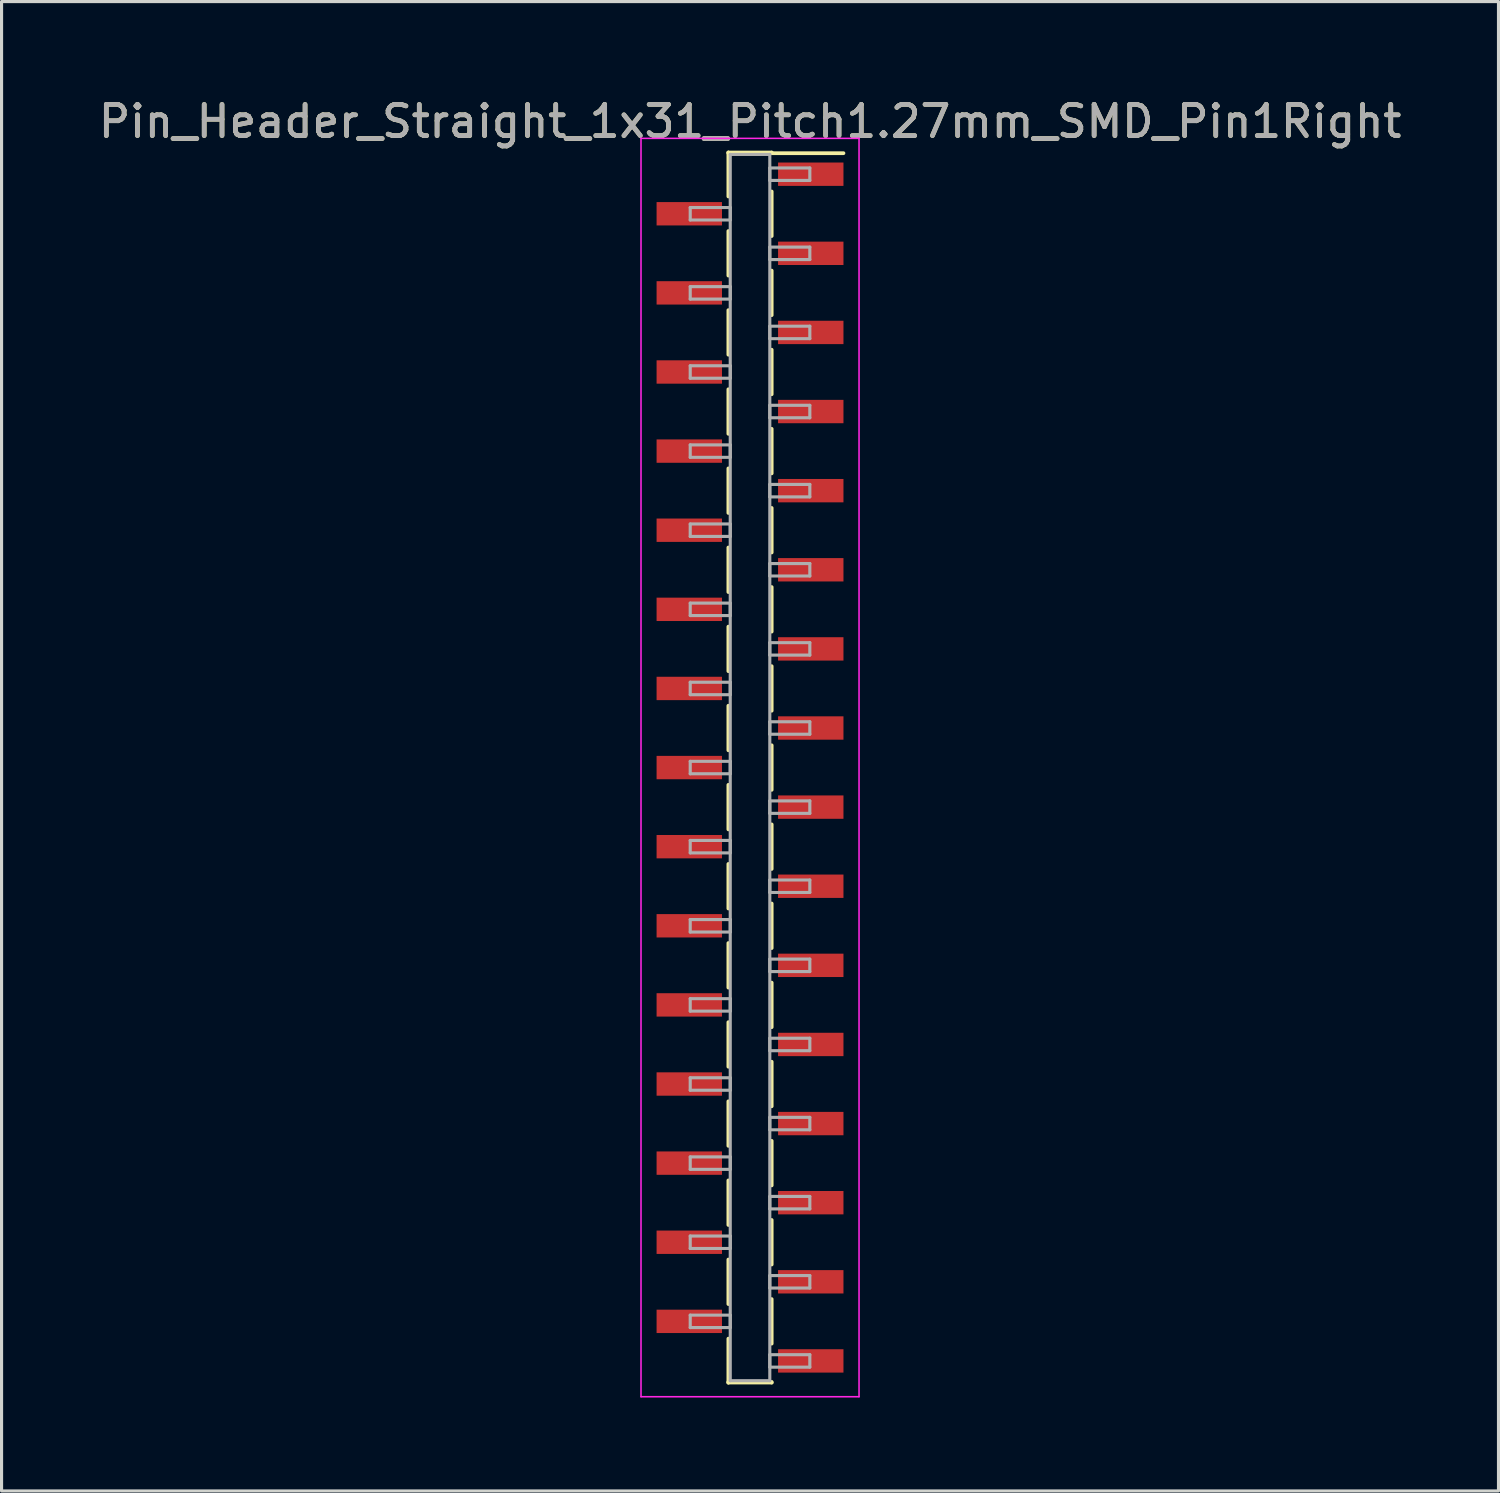
<source format=kicad_pcb>
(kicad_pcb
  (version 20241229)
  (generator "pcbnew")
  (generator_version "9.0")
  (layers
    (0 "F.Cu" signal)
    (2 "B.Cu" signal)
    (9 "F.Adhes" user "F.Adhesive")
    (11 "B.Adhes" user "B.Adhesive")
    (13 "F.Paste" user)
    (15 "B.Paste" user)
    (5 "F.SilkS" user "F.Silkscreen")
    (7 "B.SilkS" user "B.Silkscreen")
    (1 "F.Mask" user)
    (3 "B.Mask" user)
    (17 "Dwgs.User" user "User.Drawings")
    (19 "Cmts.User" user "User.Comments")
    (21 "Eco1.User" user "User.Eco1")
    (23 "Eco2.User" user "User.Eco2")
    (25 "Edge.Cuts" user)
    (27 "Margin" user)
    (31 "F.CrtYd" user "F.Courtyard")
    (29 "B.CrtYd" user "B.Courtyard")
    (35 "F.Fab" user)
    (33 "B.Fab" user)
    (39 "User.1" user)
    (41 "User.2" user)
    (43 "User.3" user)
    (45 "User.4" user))
  (footprint "Pin_Header_Straight_1x31_Pitch1.27mm_SMD_Pin1Right"
    (layer "F.Cu")
    (at 21.03 21.593)
    (property "Reference" "Pin_Header_Straight_1x31_Pitch1.27mm_SMD_Pin1Right" (at 0 -20.745 0) (layer "F.SilkS") (effects (font (size 1 1) (thickness 0.15))))
    (attr smd)
    (fp_line (start -0.695 -19.745) (end -0.695 -18.335) (stroke (width 0.12) (type solid)) (layer "F.SilkS"))
    (fp_line (start -0.695 -19.745) (end 0.695 -19.745) (stroke (width 0.12) (type solid)) (layer "F.SilkS"))
    (fp_line (start -0.695 -19.725) (end -0.695 -19.745) (stroke (width 0.12) (type solid)) (layer "F.SilkS"))
    (fp_line (start -0.695 -17.225) (end -0.695 -15.795) (stroke (width 0.12) (type solid)) (layer "F.SilkS"))
    (fp_line (start -0.695 -14.685) (end -0.695 -13.255) (stroke (width 0.12) (type solid)) (layer "F.SilkS"))
    (fp_line (start -0.695 -12.145) (end -0.695 -10.715) (stroke (width 0.12) (type solid)) (layer "F.SilkS"))
    (fp_line (start -0.695 -9.605) (end -0.695 -8.175) (stroke (width 0.12) (type solid)) (layer "F.SilkS"))
    (fp_line (start -0.695 -7.065) (end -0.695 -5.635) (stroke (width 0.12) (type solid)) (layer "F.SilkS"))
    (fp_line (start -0.695 -4.525) (end -0.695 -3.095) (stroke (width 0.12) (type solid)) (layer "F.SilkS"))
    (fp_line (start -0.695 -1.985) (end -0.695 -0.555) (stroke (width 0.12) (type solid)) (layer "F.SilkS"))
    (fp_line (start -0.695 0.555) (end -0.695 1.985) (stroke (width 0.12) (type solid)) (layer "F.SilkS"))
    (fp_line (start -0.695 3.095) (end -0.695 4.525) (stroke (width 0.12) (type solid)) (layer "F.SilkS"))
    (fp_line (start -0.695 5.635) (end -0.695 7.065) (stroke (width 0.12) (type solid)) (layer "F.SilkS"))
    (fp_line (start -0.695 8.175) (end -0.695 9.605) (stroke (width 0.12) (type solid)) (layer "F.SilkS"))
    (fp_line (start -0.695 10.715) (end -0.695 12.145) (stroke (width 0.12) (type solid)) (layer "F.SilkS"))
    (fp_line (start -0.695 13.255) (end -0.695 14.685) (stroke (width 0.12) (type solid)) (layer "F.SilkS"))
    (fp_line (start -0.695 15.795) (end -0.695 17.225) (stroke (width 0.12) (type solid)) (layer "F.SilkS"))
    (fp_line (start -0.695 18.335) (end -0.695 19.745) (stroke (width 0.12) (type solid)) (layer "F.SilkS"))
    (fp_line (start -0.695 19.725) (end -0.695 19.745) (stroke (width 0.12) (type solid)) (layer "F.SilkS"))
    (fp_line (start -0.695 19.745) (end 0.695 19.745) (stroke (width 0.12) (type solid)) (layer "F.SilkS"))
    (fp_line (start 0.695 -19.745) (end 0.695 -19.725) (stroke (width 0.12) (type solid)) (layer "F.SilkS"))
    (fp_line (start 0.695 -19.725) (end 3 -19.725) (stroke (width 0.12) (type solid)) (layer "F.SilkS"))
    (fp_line (start 0.695 -18.495) (end 0.695 -17.065) (stroke (width 0.12) (type solid)) (layer "F.SilkS"))
    (fp_line (start 0.695 -15.955) (end 0.695 -14.525) (stroke (width 0.12) (type solid)) (layer "F.SilkS"))
    (fp_line (start 0.695 -13.415) (end 0.695 -11.985) (stroke (width 0.12) (type solid)) (layer "F.SilkS"))
    (fp_line (start 0.695 -10.875) (end 0.695 -9.445) (stroke (width 0.12) (type solid)) (layer "F.SilkS"))
    (fp_line (start 0.695 -8.335) (end 0.695 -6.905) (stroke (width 0.12) (type solid)) (layer "F.SilkS"))
    (fp_line (start 0.695 -5.795) (end 0.695 -4.365) (stroke (width 0.12) (type solid)) (layer "F.SilkS"))
    (fp_line (start 0.695 -3.255) (end 0.695 -1.825) (stroke (width 0.12) (type solid)) (layer "F.SilkS"))
    (fp_line (start 0.695 -0.715) (end 0.695 0.715) (stroke (width 0.12) (type solid)) (layer "F.SilkS"))
    (fp_line (start 0.695 1.825) (end 0.695 3.255) (stroke (width 0.12) (type solid)) (layer "F.SilkS"))
    (fp_line (start 0.695 4.365) (end 0.695 5.795) (stroke (width 0.12) (type solid)) (layer "F.SilkS"))
    (fp_line (start 0.695 6.905) (end 0.695 8.335) (stroke (width 0.12) (type solid)) (layer "F.SilkS"))
    (fp_line (start 0.695 9.445) (end 0.695 10.875) (stroke (width 0.12) (type solid)) (layer "F.SilkS"))
    (fp_line (start 0.695 11.985) (end 0.695 13.415) (stroke (width 0.12) (type solid)) (layer "F.SilkS"))
    (fp_line (start 0.695 14.525) (end 0.695 15.955) (stroke (width 0.12) (type solid)) (layer "F.SilkS"))
    (fp_line (start 0.695 17.065) (end 0.695 18.495) (stroke (width 0.12) (type solid)) (layer "F.SilkS"))
    (fp_line (start 0.695 19.745) (end 0.695 19.725) (stroke (width 0.12) (type solid)) (layer "F.SilkS"))
    (fp_line (start -3.5 -20.2) (end -3.5 20.2) (stroke (width 0.05) (type solid)) (layer "F.CrtYd"))
    (fp_line (start -3.5 20.2) (end 3.5 20.2) (stroke (width 0.05) (type solid)) (layer "F.CrtYd"))
    (fp_line (start 3.5 -20.2) (end -3.5 -20.2) (stroke (width 0.05) (type solid)) (layer "F.CrtYd"))
    (fp_line (start 3.5 20.2) (end 3.5 -20.2) (stroke (width 0.05) (type solid)) (layer "F.CrtYd"))
    (fp_line (start -1.92 -17.98) (end -0.635 -17.98) (stroke (width 0.1) (type solid)) (layer "F.Fab"))
    (fp_line (start -1.92 -17.58) (end -1.92 -17.98) (stroke (width 0.1) (type solid)) (layer "F.Fab"))
    (fp_line (start -1.92 -15.44) (end -0.635 -15.44) (stroke (width 0.1) (type solid)) (layer "F.Fab"))
    (fp_line (start -1.92 -15.04) (end -1.92 -15.44) (stroke (width 0.1) (type solid)) (layer "F.Fab"))
    (fp_line (start -1.92 -12.9) (end -0.635 -12.9) (stroke (width 0.1) (type solid)) (layer "F.Fab"))
    (fp_line (start -1.92 -12.5) (end -1.92 -12.9) (stroke (width 0.1) (type solid)) (layer "F.Fab"))
    (fp_line (start -1.92 -10.36) (end -0.635 -10.36) (stroke (width 0.1) (type solid)) (layer "F.Fab"))
    (fp_line (start -1.92 -9.96) (end -1.92 -10.36) (stroke (width 0.1) (type solid)) (layer "F.Fab"))
    (fp_line (start -1.92 -7.82) (end -0.635 -7.82) (stroke (width 0.1) (type solid)) (layer "F.Fab"))
    (fp_line (start -1.92 -7.42) (end -1.92 -7.82) (stroke (width 0.1) (type solid)) (layer "F.Fab"))
    (fp_line (start -1.92 -5.28) (end -0.635 -5.28) (stroke (width 0.1) (type solid)) (layer "F.Fab"))
    (fp_line (start -1.92 -4.88) (end -1.92 -5.28) (stroke (width 0.1) (type solid)) (layer "F.Fab"))
    (fp_line (start -1.92 -2.74) (end -0.635 -2.74) (stroke (width 0.1) (type solid)) (layer "F.Fab"))
    (fp_line (start -1.92 -2.34) (end -1.92 -2.74) (stroke (width 0.1) (type solid)) (layer "F.Fab"))
    (fp_line (start -1.92 -0.2) (end -0.635 -0.2) (stroke (width 0.1) (type solid)) (layer "F.Fab"))
    (fp_line (start -1.92 0.2) (end -1.92 -0.2) (stroke (width 0.1) (type solid)) (layer "F.Fab"))
    (fp_line (start -1.92 2.34) (end -0.635 2.34) (stroke (width 0.1) (type solid)) (layer "F.Fab"))
    (fp_line (start -1.92 2.74) (end -1.92 2.34) (stroke (width 0.1) (type solid)) (layer "F.Fab"))
    (fp_line (start -1.92 4.88) (end -0.635 4.88) (stroke (width 0.1) (type solid)) (layer "F.Fab"))
    (fp_line (start -1.92 5.28) (end -1.92 4.88) (stroke (width 0.1) (type solid)) (layer "F.Fab"))
    (fp_line (start -1.92 7.42) (end -0.635 7.42) (stroke (width 0.1) (type solid)) (layer "F.Fab"))
    (fp_line (start -1.92 7.82) (end -1.92 7.42) (stroke (width 0.1) (type solid)) (layer "F.Fab"))
    (fp_line (start -1.92 9.96) (end -0.635 9.96) (stroke (width 0.1) (type solid)) (layer "F.Fab"))
    (fp_line (start -1.92 10.36) (end -1.92 9.96) (stroke (width 0.1) (type solid)) (layer "F.Fab"))
    (fp_line (start -1.92 12.5) (end -0.635 12.5) (stroke (width 0.1) (type solid)) (layer "F.Fab"))
    (fp_line (start -1.92 12.9) (end -1.92 12.5) (stroke (width 0.1) (type solid)) (layer "F.Fab"))
    (fp_line (start -1.92 15.04) (end -0.635 15.04) (stroke (width 0.1) (type solid)) (layer "F.Fab"))
    (fp_line (start -1.92 15.44) (end -1.92 15.04) (stroke (width 0.1) (type solid)) (layer "F.Fab"))
    (fp_line (start -1.92 17.58) (end -0.635 17.58) (stroke (width 0.1) (type solid)) (layer "F.Fab"))
    (fp_line (start -1.92 17.98) (end -1.92 17.58) (stroke (width 0.1) (type solid)) (layer "F.Fab"))
    (fp_line (start -0.635 -19.685) (end -0.635 19.685) (stroke (width 0.1) (type solid)) (layer "F.Fab"))
    (fp_line (start -0.635 -17.98) (end -0.635 -17.58) (stroke (width 0.1) (type solid)) (layer "F.Fab"))
    (fp_line (start -0.635 -17.58) (end -1.92 -17.58) (stroke (width 0.1) (type solid)) (layer "F.Fab"))
    (fp_line (start -0.635 -15.44) (end -0.635 -15.04) (stroke (width 0.1) (type solid)) (layer "F.Fab"))
    (fp_line (start -0.635 -15.04) (end -1.92 -15.04) (stroke (width 0.1) (type solid)) (layer "F.Fab"))
    (fp_line (start -0.635 -12.9) (end -0.635 -12.5) (stroke (width 0.1) (type solid)) (layer "F.Fab"))
    (fp_line (start -0.635 -12.5) (end -1.92 -12.5) (stroke (width 0.1) (type solid)) (layer "F.Fab"))
    (fp_line (start -0.635 -10.36) (end -0.635 -9.96) (stroke (width 0.1) (type solid)) (layer "F.Fab"))
    (fp_line (start -0.635 -9.96) (end -1.92 -9.96) (stroke (width 0.1) (type solid)) (layer "F.Fab"))
    (fp_line (start -0.635 -7.82) (end -0.635 -7.42) (stroke (width 0.1) (type solid)) (layer "F.Fab"))
    (fp_line (start -0.635 -7.42) (end -1.92 -7.42) (stroke (width 0.1) (type solid)) (layer "F.Fab"))
    (fp_line (start -0.635 -5.28) (end -0.635 -4.88) (stroke (width 0.1) (type solid)) (layer "F.Fab"))
    (fp_line (start -0.635 -4.88) (end -1.92 -4.88) (stroke (width 0.1) (type solid)) (layer "F.Fab"))
    (fp_line (start -0.635 -2.74) (end -0.635 -2.34) (stroke (width 0.1) (type solid)) (layer "F.Fab"))
    (fp_line (start -0.635 -2.34) (end -1.92 -2.34) (stroke (width 0.1) (type solid)) (layer "F.Fab"))
    (fp_line (start -0.635 -0.2) (end -0.635 0.2) (stroke (width 0.1) (type solid)) (layer "F.Fab"))
    (fp_line (start -0.635 0.2) (end -1.92 0.2) (stroke (width 0.1) (type solid)) (layer "F.Fab"))
    (fp_line (start -0.635 2.34) (end -0.635 2.74) (stroke (width 0.1) (type solid)) (layer "F.Fab"))
    (fp_line (start -0.635 2.74) (end -1.92 2.74) (stroke (width 0.1) (type solid)) (layer "F.Fab"))
    (fp_line (start -0.635 4.88) (end -0.635 5.28) (stroke (width 0.1) (type solid)) (layer "F.Fab"))
    (fp_line (start -0.635 5.28) (end -1.92 5.28) (stroke (width 0.1) (type solid)) (layer "F.Fab"))
    (fp_line (start -0.635 7.42) (end -0.635 7.82) (stroke (width 0.1) (type solid)) (layer "F.Fab"))
    (fp_line (start -0.635 7.82) (end -1.92 7.82) (stroke (width 0.1) (type solid)) (layer "F.Fab"))
    (fp_line (start -0.635 9.96) (end -0.635 10.36) (stroke (width 0.1) (type solid)) (layer "F.Fab"))
    (fp_line (start -0.635 10.36) (end -1.92 10.36) (stroke (width 0.1) (type solid)) (layer "F.Fab"))
    (fp_line (start -0.635 12.5) (end -0.635 12.9) (stroke (width 0.1) (type solid)) (layer "F.Fab"))
    (fp_line (start -0.635 12.9) (end -1.92 12.9) (stroke (width 0.1) (type solid)) (layer "F.Fab"))
    (fp_line (start -0.635 15.04) (end -0.635 15.44) (stroke (width 0.1) (type solid)) (layer "F.Fab"))
    (fp_line (start -0.635 15.44) (end -1.92 15.44) (stroke (width 0.1) (type solid)) (layer "F.Fab"))
    (fp_line (start -0.635 17.58) (end -0.635 17.98) (stroke (width 0.1) (type solid)) (layer "F.Fab"))
    (fp_line (start -0.635 17.98) (end -1.92 17.98) (stroke (width 0.1) (type solid)) (layer "F.Fab"))
    (fp_line (start -0.635 19.685) (end 0.635 19.685) (stroke (width 0.1) (type solid)) (layer "F.Fab"))
    (fp_line (start 0.635 -19.685) (end -0.635 -19.685) (stroke (width 0.1) (type solid)) (layer "F.Fab"))
    (fp_line (start 0.635 -19.25) (end 0.635 -18.85) (stroke (width 0.1) (type solid)) (layer "F.Fab"))
    (fp_line (start 0.635 -18.85) (end 1.92 -18.85) (stroke (width 0.1) (type solid)) (layer "F.Fab"))
    (fp_line (start 0.635 -16.71) (end 0.635 -16.31) (stroke (width 0.1) (type solid)) (layer "F.Fab"))
    (fp_line (start 0.635 -16.31) (end 1.92 -16.31) (stroke (width 0.1) (type solid)) (layer "F.Fab"))
    (fp_line (start 0.635 -14.17) (end 0.635 -13.77) (stroke (width 0.1) (type solid)) (layer "F.Fab"))
    (fp_line (start 0.635 -13.77) (end 1.92 -13.77) (stroke (width 0.1) (type solid)) (layer "F.Fab"))
    (fp_line (start 0.635 -11.63) (end 0.635 -11.23) (stroke (width 0.1) (type solid)) (layer "F.Fab"))
    (fp_line (start 0.635 -11.23) (end 1.92 -11.23) (stroke (width 0.1) (type solid)) (layer "F.Fab"))
    (fp_line (start 0.635 -9.09) (end 0.635 -8.69) (stroke (width 0.1) (type solid)) (layer "F.Fab"))
    (fp_line (start 0.635 -8.69) (end 1.92 -8.69) (stroke (width 0.1) (type solid)) (layer "F.Fab"))
    (fp_line (start 0.635 -6.55) (end 0.635 -6.15) (stroke (width 0.1) (type solid)) (layer "F.Fab"))
    (fp_line (start 0.635 -6.15) (end 1.92 -6.15) (stroke (width 0.1) (type solid)) (layer "F.Fab"))
    (fp_line (start 0.635 -4.01) (end 0.635 -3.61) (stroke (width 0.1) (type solid)) (layer "F.Fab"))
    (fp_line (start 0.635 -3.61) (end 1.92 -3.61) (stroke (width 0.1) (type solid)) (layer "F.Fab"))
    (fp_line (start 0.635 -1.47) (end 0.635 -1.07) (stroke (width 0.1) (type solid)) (layer "F.Fab"))
    (fp_line (start 0.635 -1.07) (end 1.92 -1.07) (stroke (width 0.1) (type solid)) (layer "F.Fab"))
    (fp_line (start 0.635 1.07) (end 0.635 1.47) (stroke (width 0.1) (type solid)) (layer "F.Fab"))
    (fp_line (start 0.635 1.47) (end 1.92 1.47) (stroke (width 0.1) (type solid)) (layer "F.Fab"))
    (fp_line (start 0.635 3.61) (end 0.635 4.01) (stroke (width 0.1) (type solid)) (layer "F.Fab"))
    (fp_line (start 0.635 4.01) (end 1.92 4.01) (stroke (width 0.1) (type solid)) (layer "F.Fab"))
    (fp_line (start 0.635 6.15) (end 0.635 6.55) (stroke (width 0.1) (type solid)) (layer "F.Fab"))
    (fp_line (start 0.635 6.55) (end 1.92 6.55) (stroke (width 0.1) (type solid)) (layer "F.Fab"))
    (fp_line (start 0.635 8.69) (end 0.635 9.09) (stroke (width 0.1) (type solid)) (layer "F.Fab"))
    (fp_line (start 0.635 9.09) (end 1.92 9.09) (stroke (width 0.1) (type solid)) (layer "F.Fab"))
    (fp_line (start 0.635 11.23) (end 0.635 11.63) (stroke (width 0.1) (type solid)) (layer "F.Fab"))
    (fp_line (start 0.635 11.63) (end 1.92 11.63) (stroke (width 0.1) (type solid)) (layer "F.Fab"))
    (fp_line (start 0.635 13.77) (end 0.635 14.17) (stroke (width 0.1) (type solid)) (layer "F.Fab"))
    (fp_line (start 0.635 14.17) (end 1.92 14.17) (stroke (width 0.1) (type solid)) (layer "F.Fab"))
    (fp_line (start 0.635 16.31) (end 0.635 16.71) (stroke (width 0.1) (type solid)) (layer "F.Fab"))
    (fp_line (start 0.635 16.71) (end 1.92 16.71) (stroke (width 0.1) (type solid)) (layer "F.Fab"))
    (fp_line (start 0.635 18.85) (end 0.635 19.25) (stroke (width 0.1) (type solid)) (layer "F.Fab"))
    (fp_line (start 0.635 19.25) (end 1.92 19.25) (stroke (width 0.1) (type solid)) (layer "F.Fab"))
    (fp_line (start 0.635 19.685) (end 0.635 -19.685) (stroke (width 0.1) (type solid)) (layer "F.Fab"))
    (fp_line (start 1.92 -19.25) (end 0.635 -19.25) (stroke (width 0.1) (type solid)) (layer "F.Fab"))
    (fp_line (start 1.92 -18.85) (end 1.92 -19.25) (stroke (width 0.1) (type solid)) (layer "F.Fab"))
    (fp_line (start 1.92 -16.71) (end 0.635 -16.71) (stroke (width 0.1) (type solid)) (layer "F.Fab"))
    (fp_line (start 1.92 -16.31) (end 1.92 -16.71) (stroke (width 0.1) (type solid)) (layer "F.Fab"))
    (fp_line (start 1.92 -14.17) (end 0.635 -14.17) (stroke (width 0.1) (type solid)) (layer "F.Fab"))
    (fp_line (start 1.92 -13.77) (end 1.92 -14.17) (stroke (width 0.1) (type solid)) (layer "F.Fab"))
    (fp_line (start 1.92 -11.63) (end 0.635 -11.63) (stroke (width 0.1) (type solid)) (layer "F.Fab"))
    (fp_line (start 1.92 -11.23) (end 1.92 -11.63) (stroke (width 0.1) (type solid)) (layer "F.Fab"))
    (fp_line (start 1.92 -9.09) (end 0.635 -9.09) (stroke (width 0.1) (type solid)) (layer "F.Fab"))
    (fp_line (start 1.92 -8.69) (end 1.92 -9.09) (stroke (width 0.1) (type solid)) (layer "F.Fab"))
    (fp_line (start 1.92 -6.55) (end 0.635 -6.55) (stroke (width 0.1) (type solid)) (layer "F.Fab"))
    (fp_line (start 1.92 -6.15) (end 1.92 -6.55) (stroke (width 0.1) (type solid)) (layer "F.Fab"))
    (fp_line (start 1.92 -4.01) (end 0.635 -4.01) (stroke (width 0.1) (type solid)) (layer "F.Fab"))
    (fp_line (start 1.92 -3.61) (end 1.92 -4.01) (stroke (width 0.1) (type solid)) (layer "F.Fab"))
    (fp_line (start 1.92 -1.47) (end 0.635 -1.47) (stroke (width 0.1) (type solid)) (layer "F.Fab"))
    (fp_line (start 1.92 -1.07) (end 1.92 -1.47) (stroke (width 0.1) (type solid)) (layer "F.Fab"))
    (fp_line (start 1.92 1.07) (end 0.635 1.07) (stroke (width 0.1) (type solid)) (layer "F.Fab"))
    (fp_line (start 1.92 1.47) (end 1.92 1.07) (stroke (width 0.1) (type solid)) (layer "F.Fab"))
    (fp_line (start 1.92 3.61) (end 0.635 3.61) (stroke (width 0.1) (type solid)) (layer "F.Fab"))
    (fp_line (start 1.92 4.01) (end 1.92 3.61) (stroke (width 0.1) (type solid)) (layer "F.Fab"))
    (fp_line (start 1.92 6.15) (end 0.635 6.15) (stroke (width 0.1) (type solid)) (layer "F.Fab"))
    (fp_line (start 1.92 6.55) (end 1.92 6.15) (stroke (width 0.1) (type solid)) (layer "F.Fab"))
    (fp_line (start 1.92 8.69) (end 0.635 8.69) (stroke (width 0.1) (type solid)) (layer "F.Fab"))
    (fp_line (start 1.92 9.09) (end 1.92 8.69) (stroke (width 0.1) (type solid)) (layer "F.Fab"))
    (fp_line (start 1.92 11.23) (end 0.635 11.23) (stroke (width 0.1) (type solid)) (layer "F.Fab"))
    (fp_line (start 1.92 11.63) (end 1.92 11.23) (stroke (width 0.1) (type solid)) (layer "F.Fab"))
    (fp_line (start 1.92 13.77) (end 0.635 13.77) (stroke (width 0.1) (type solid)) (layer "F.Fab"))
    (fp_line (start 1.92 14.17) (end 1.92 13.77) (stroke (width 0.1) (type solid)) (layer "F.Fab"))
    (fp_line (start 1.92 16.31) (end 0.635 16.31) (stroke (width 0.1) (type solid)) (layer "F.Fab"))
    (fp_line (start 1.92 16.71) (end 1.92 16.31) (stroke (width 0.1) (type solid)) (layer "F.Fab"))
    (fp_line (start 1.92 18.85) (end 0.635 18.85) (stroke (width 0.1) (type solid)) (layer "F.Fab"))
    (fp_line (start 1.92 19.25) (end 1.92 18.85) (stroke (width 0.1) (type solid)) (layer "F.Fab"))
    (fp_text user "${REFERENCE}" (at 0 -20.745 0) (layer "F.Fab") (effects (font (size 1 1) (thickness 0.15))))
    (pad "1" smd rect (at 1.95 -19.05) (size 2.1 0.75) (layers "F.Cu" "F.Mask" "F.Paste"))
    (pad "2" smd rect (at -1.95 -17.78) (size 2.1 0.75) (layers "F.Cu" "F.Mask" "F.Paste"))
    (pad "3" smd rect (at 1.95 -16.51) (size 2.1 0.75) (layers "F.Cu" "F.Mask" "F.Paste"))
    (pad "4" smd rect (at -1.95 -15.24) (size 2.1 0.75) (layers "F.Cu" "F.Mask" "F.Paste"))
    (pad "5" smd rect (at 1.95 -13.97) (size 2.1 0.75) (layers "F.Cu" "F.Mask" "F.Paste"))
    (pad "6" smd rect (at -1.95 -12.7) (size 2.1 0.75) (layers "F.Cu" "F.Mask" "F.Paste"))
    (pad "7" smd rect (at 1.95 -11.43) (size 2.1 0.75) (layers "F.Cu" "F.Mask" "F.Paste"))
    (pad "8" smd rect (at -1.95 -10.16) (size 2.1 0.75) (layers "F.Cu" "F.Mask" "F.Paste"))
    (pad "9" smd rect (at 1.95 -8.89) (size 2.1 0.75) (layers "F.Cu" "F.Mask" "F.Paste"))
    (pad "10" smd rect (at -1.95 -7.62) (size 2.1 0.75) (layers "F.Cu" "F.Mask" "F.Paste"))
    (pad "11" smd rect (at 1.95 -6.35) (size 2.1 0.75) (layers "F.Cu" "F.Mask" "F.Paste"))
    (pad "12" smd rect (at -1.95 -5.08) (size 2.1 0.75) (layers "F.Cu" "F.Mask" "F.Paste"))
    (pad "13" smd rect (at 1.95 -3.81) (size 2.1 0.75) (layers "F.Cu" "F.Mask" "F.Paste"))
    (pad "14" smd rect (at -1.95 -2.54) (size 2.1 0.75) (layers "F.Cu" "F.Mask" "F.Paste"))
    (pad "15" smd rect (at 1.95 -1.27) (size 2.1 0.75) (layers "F.Cu" "F.Mask" "F.Paste"))
    (pad "16" smd rect (at -1.95 0) (size 2.1 0.75) (layers "F.Cu" "F.Mask" "F.Paste"))
    (pad "17" smd rect (at 1.95 1.27) (size 2.1 0.75) (layers "F.Cu" "F.Mask" "F.Paste"))
    (pad "18" smd rect (at -1.95 2.54) (size 2.1 0.75) (layers "F.Cu" "F.Mask" "F.Paste"))
    (pad "19" smd rect (at 1.95 3.81) (size 2.1 0.75) (layers "F.Cu" "F.Mask" "F.Paste"))
    (pad "20" smd rect (at -1.95 5.08) (size 2.1 0.75) (layers "F.Cu" "F.Mask" "F.Paste"))
    (pad "21" smd rect (at 1.95 6.35) (size 2.1 0.75) (layers "F.Cu" "F.Mask" "F.Paste"))
    (pad "22" smd rect (at -1.95 7.62) (size 2.1 0.75) (layers "F.Cu" "F.Mask" "F.Paste"))
    (pad "23" smd rect (at 1.95 8.89) (size 2.1 0.75) (layers "F.Cu" "F.Mask" "F.Paste"))
    (pad "24" smd rect (at -1.95 10.16) (size 2.1 0.75) (layers "F.Cu" "F.Mask" "F.Paste"))
    (pad "25" smd rect (at 1.95 11.43) (size 2.1 0.75) (layers "F.Cu" "F.Mask" "F.Paste"))
    (pad "26" smd rect (at -1.95 12.7) (size 2.1 0.75) (layers "F.Cu" "F.Mask" "F.Paste"))
    (pad "27" smd rect (at 1.95 13.97) (size 2.1 0.75) (layers "F.Cu" "F.Mask" "F.Paste"))
    (pad "28" smd rect (at -1.95 15.24) (size 2.1 0.75) (layers "F.Cu" "F.Mask" "F.Paste"))
    (pad "29" smd rect (at 1.95 16.51) (size 2.1 0.75) (layers "F.Cu" "F.Mask" "F.Paste"))
    (pad "30" smd rect (at -1.95 17.78) (size 2.1 0.75) (layers "F.Cu" "F.Mask" "F.Paste"))
    (pad "31" smd rect (at 1.95 19.05) (size 2.1 0.75) (layers "F.Cu" "F.Mask" "F.Paste")))
  (gr_rect
    (start -3 -3)
    (end 45.06 44.818)
    (stroke (width 0.1) (type default))
    (fill no)
    (layer "Edge.Cuts")))
</source>
